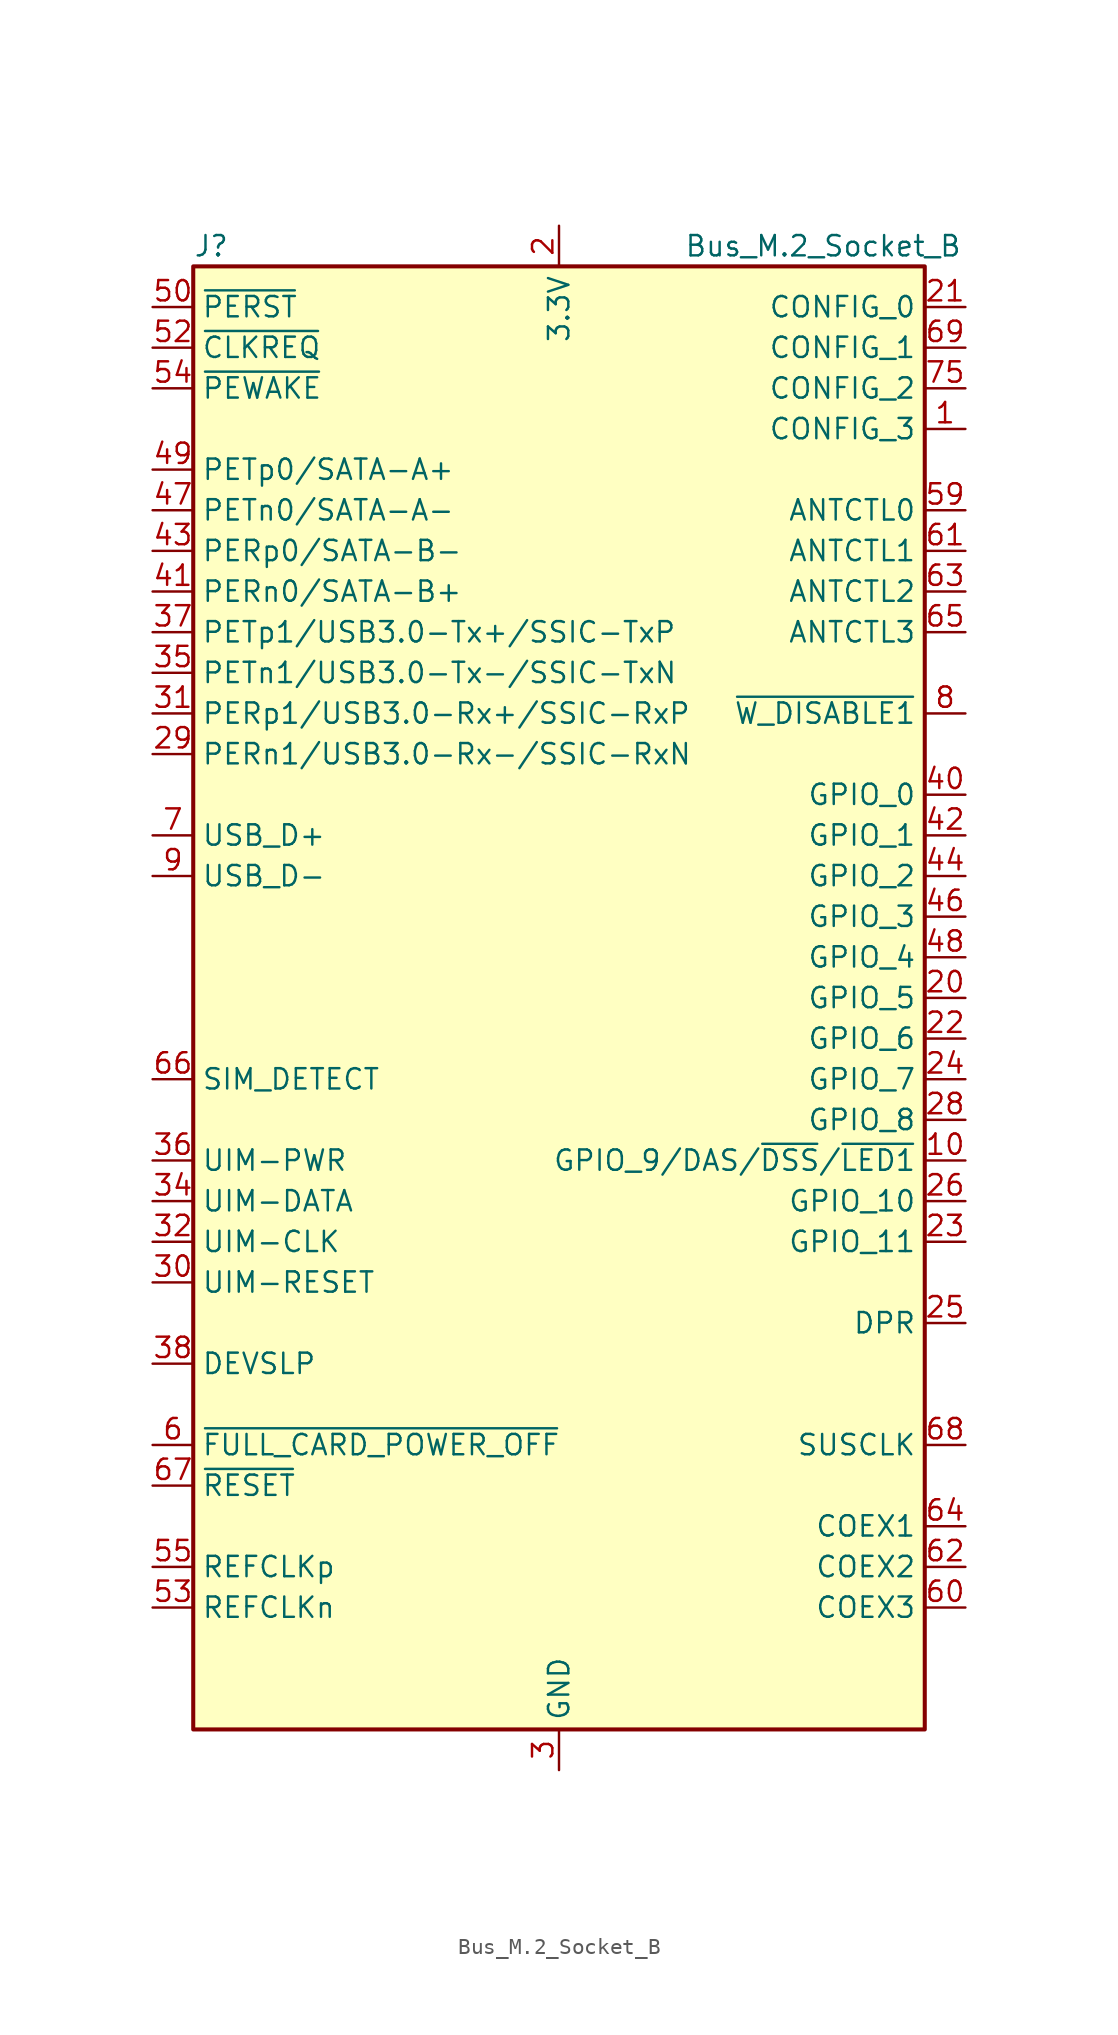
<source format=kicad_sym>
(kicad_symbol_lib
  (version 20220914)
  (generator kicad_symbol_editor)
  (symbol "Bus_M.2_Socket_B"
    (property "Reference" "J"
      (at -22.86 46.99 0)
      (effects (font (size 1.27 1.27)) (justify left)))
    (property "Value" "Bus_M.2_Socket_B"
      (at 16.51 46.99 0)
      (effects (font (size 1.27 1.27))))
    (symbol "Bus_M.2_Socket_B_0_1"
      (rectangle (start -22.86 45.72) (end 22.86 -45.72) (stroke (width 0.254) (type default)) (fill (type background))))
    (symbol "Bus_M.2_Socket_B_1_1"
      (pin input line (at 25.4 35.56 180) (length 2.54) (name "CONFIG_3" (effects (font (size 1.27 1.27)))) (number "1" (effects (font (size 1.27 1.27)))))
      (pin bidirectional line (at 25.4 -10.16 180) (length 2.54) (name "GPIO_9/DAS/~{DSS}/~{LED1}" (effects (font (size 1.27 1.27)))) (number "10" (effects (font (size 1.27 1.27)))))
      (pin passive line (at 0 -48.26 90) (length 2.54) hide (name "GND" (effects (font (size 1.27 1.27)))) (number "11" (effects (font (size 1.27 1.27)))))
      (pin power_in line (at 0 48.26 270) (length 2.54) (name "3.3V" (effects (font (size 1.27 1.27)))) (number "2" (effects (font (size 1.27 1.27)))))
      (pin bidirectional line (at 25.4 0 180) (length 2.54) (name "GPIO_5" (effects (font (size 1.27 1.27)))) (number "20" (effects (font (size 1.27 1.27)))))
      (pin input line (at 25.4 43.18 180) (length 2.54) (name "CONFIG_0" (effects (font (size 1.27 1.27)))) (number "21" (effects (font (size 1.27 1.27)))))
      (pin bidirectional line (at 25.4 -2.54 180) (length 2.54) (name "GPIO_6" (effects (font (size 1.27 1.27)))) (number "22" (effects (font (size 1.27 1.27)))))
      (pin bidirectional line (at 25.4 -15.24 180) (length 2.54) (name "GPIO_11" (effects (font (size 1.27 1.27)))) (number "23" (effects (font (size 1.27 1.27)))))
      (pin bidirectional line (at 25.4 -5.08 180) (length 2.54) (name "GPIO_7" (effects (font (size 1.27 1.27)))) (number "24" (effects (font (size 1.27 1.27)))))
      (pin output line (at 25.4 -20.32 180) (length 2.54) (name "DPR" (effects (font (size 1.27 1.27)))) (number "25" (effects (font (size 1.27 1.27)))))
      (pin bidirectional line (at 25.4 -12.7 180) (length 2.54) (name "GPIO_10" (effects (font (size 1.27 1.27)))) (number "26" (effects (font (size 1.27 1.27)))))
      (pin passive line (at 0 -48.26 90) (length 2.54) hide (name "GND" (effects (font (size 1.27 1.27)))) (number "27" (effects (font (size 1.27 1.27)))))
      (pin bidirectional line (at 25.4 -7.62 180) (length 2.54) (name "GPIO_8" (effects (font (size 1.27 1.27)))) (number "28" (effects (font (size 1.27 1.27)))))
      (pin input line (at -25.4 15.24 0) (length 2.54) (name "PERn1/USB3.0-Rx-/SSIC-RxN" (effects (font (size 1.27 1.27)))) (number "29" (effects (font (size 1.27 1.27)))))
      (pin power_in line (at 0 -48.26 90) (length 2.54) (name "GND" (effects (font (size 1.27 1.27)))) (number "3" (effects (font (size 1.27 1.27)))))
      (pin input line (at -25.4 -17.78 0) (length 2.54) (name "UIM-RESET" (effects (font (size 1.27 1.27)))) (number "30" (effects (font (size 1.27 1.27)))))
      (pin input line (at -25.4 17.78 0) (length 2.54) (name "PERp1/USB3.0-Rx+/SSIC-RxP" (effects (font (size 1.27 1.27)))) (number "31" (effects (font (size 1.27 1.27)))))
      (pin input line (at -25.4 -15.24 0) (length 2.54) (name "UIM-CLK" (effects (font (size 1.27 1.27)))) (number "32" (effects (font (size 1.27 1.27)))))
      (pin passive line (at 0 -48.26 90) (length 2.54) hide (name "GND" (effects (font (size 1.27 1.27)))) (number "33" (effects (font (size 1.27 1.27)))))
      (pin bidirectional line (at -25.4 -12.7 0) (length 2.54) (name "UIM-DATA" (effects (font (size 1.27 1.27)))) (number "34" (effects (font (size 1.27 1.27)))))
      (pin output line (at -25.4 20.32 0) (length 2.54) (name "PETn1/USB3.0-Tx-/SSIC-TxN" (effects (font (size 1.27 1.27)))) (number "35" (effects (font (size 1.27 1.27)))))
      (pin input line (at -25.4 -10.16 0) (length 2.54) (name "UIM-PWR" (effects (font (size 1.27 1.27)))) (number "36" (effects (font (size 1.27 1.27)))))
      (pin output line (at -25.4 22.86 0) (length 2.54) (name "PETp1/USB3.0-Tx+/SSIC-TxP" (effects (font (size 1.27 1.27)))) (number "37" (effects (font (size 1.27 1.27)))))
      (pin output line (at -25.4 -22.86 0) (length 2.54) (name "DEVSLP" (effects (font (size 1.27 1.27)))) (number "38" (effects (font (size 1.27 1.27)))))
      (pin passive line (at 0 -48.26 90) (length 2.54) hide (name "GND" (effects (font (size 1.27 1.27)))) (number "39" (effects (font (size 1.27 1.27)))))
      (pin passive line (at 0 48.26 270) (length 2.54) hide (name "3.3V" (effects (font (size 1.27 1.27)))) (number "4" (effects (font (size 1.27 1.27)))))
      (pin bidirectional line (at 25.4 12.7 180) (length 2.54) (name "GPIO_0" (effects (font (size 1.27 1.27)))) (number "40" (effects (font (size 1.27 1.27)))))
      (pin input line (at -25.4 25.4 0) (length 2.54) (name "PERn0/SATA-B+" (effects (font (size 1.27 1.27)))) (number "41" (effects (font (size 1.27 1.27)))))
      (pin bidirectional line (at 25.4 10.16 180) (length 2.54) (name "GPIO_1" (effects (font (size 1.27 1.27)))) (number "42" (effects (font (size 1.27 1.27)))))
      (pin input line (at -25.4 27.94 0) (length 2.54) (name "PERp0/SATA-B-" (effects (font (size 1.27 1.27)))) (number "43" (effects (font (size 1.27 1.27)))))
      (pin bidirectional line (at 25.4 7.62 180) (length 2.54) (name "GPIO_2" (effects (font (size 1.27 1.27)))) (number "44" (effects (font (size 1.27 1.27)))))
      (pin passive line (at 0 -48.26 90) (length 2.54) hide (name "GND" (effects (font (size 1.27 1.27)))) (number "45" (effects (font (size 1.27 1.27)))))
      (pin bidirectional line (at 25.4 5.08 180) (length 2.54) (name "GPIO_3" (effects (font (size 1.27 1.27)))) (number "46" (effects (font (size 1.27 1.27)))))
      (pin output line (at -25.4 30.48 0) (length 2.54) (name "PETn0/SATA-A-" (effects (font (size 1.27 1.27)))) (number "47" (effects (font (size 1.27 1.27)))))
      (pin bidirectional line (at 25.4 2.54 180) (length 2.54) (name "GPIO_4" (effects (font (size 1.27 1.27)))) (number "48" (effects (font (size 1.27 1.27)))))
      (pin output line (at -25.4 33.02 0) (length 2.54) (name "PETp0/SATA-A+" (effects (font (size 1.27 1.27)))) (number "49" (effects (font (size 1.27 1.27)))))
      (pin passive line (at 0 -48.26 90) (length 2.54) hide (name "GND" (effects (font (size 1.27 1.27)))) (number "5" (effects (font (size 1.27 1.27)))))
      (pin output line (at -25.4 43.18 0) (length 2.54) (name "~{PERST}" (effects (font (size 1.27 1.27)))) (number "50" (effects (font (size 1.27 1.27)))))
      (pin passive line (at 0 -48.26 90) (length 2.54) hide (name "GND" (effects (font (size 1.27 1.27)))) (number "51" (effects (font (size 1.27 1.27)))))
      (pin bidirectional line (at -25.4 40.64 0) (length 2.54) (name "~{CLKREQ}" (effects (font (size 1.27 1.27)))) (number "52" (effects (font (size 1.27 1.27)))))
      (pin output line (at -25.4 -38.1 0) (length 2.54) (name "REFCLKn" (effects (font (size 1.27 1.27)))) (number "53" (effects (font (size 1.27 1.27)))))
      (pin bidirectional line (at -25.4 38.1 0) (length 2.54) (name "~{PEWAKE}" (effects (font (size 1.27 1.27)))) (number "54" (effects (font (size 1.27 1.27)))))
      (pin output line (at -25.4 -35.56 0) (length 2.54) (name "REFCLKp" (effects (font (size 1.27 1.27)))) (number "55" (effects (font (size 1.27 1.27)))))
      (pin no_connect line (at 22.86 -43.18 180) (length 2.54) hide (name "NC" (effects (font (size 1.27 1.27)))) (number "56" (effects (font (size 1.27 1.27)))))
      (pin passive line (at 0 -48.26 90) (length 2.54) hide (name "GND" (effects (font (size 1.27 1.27)))) (number "57" (effects (font (size 1.27 1.27)))))
      (pin no_connect line (at 22.86 -40.64 180) (length 2.54) hide (name "NC" (effects (font (size 1.27 1.27)))) (number "58" (effects (font (size 1.27 1.27)))))
      (pin input line (at 25.4 30.48 180) (length 2.54) (name "ANTCTL0" (effects (font (size 1.27 1.27)))) (number "59" (effects (font (size 1.27 1.27)))))
      (pin output line (at -25.4 -27.94 0) (length 2.54) (name "~{FULL_CARD_POWER_OFF}" (effects (font (size 1.27 1.27)))) (number "6" (effects (font (size 1.27 1.27)))))
      (pin bidirectional line (at 25.4 -38.1 180) (length 2.54) (name "COEX3" (effects (font (size 1.27 1.27)))) (number "60" (effects (font (size 1.27 1.27)))))
      (pin input line (at 25.4 27.94 180) (length 2.54) (name "ANTCTL1" (effects (font (size 1.27 1.27)))) (number "61" (effects (font (size 1.27 1.27)))))
      (pin bidirectional line (at 25.4 -35.56 180) (length 2.54) (name "COEX2" (effects (font (size 1.27 1.27)))) (number "62" (effects (font (size 1.27 1.27)))))
      (pin input line (at 25.4 25.4 180) (length 2.54) (name "ANTCTL2" (effects (font (size 1.27 1.27)))) (number "63" (effects (font (size 1.27 1.27)))))
      (pin bidirectional line (at 25.4 -33.02 180) (length 2.54) (name "COEX1" (effects (font (size 1.27 1.27)))) (number "64" (effects (font (size 1.27 1.27)))))
      (pin input line (at 25.4 22.86 180) (length 2.54) (name "ANTCTL3" (effects (font (size 1.27 1.27)))) (number "65" (effects (font (size 1.27 1.27)))))
      (pin output line (at -25.4 -5.08 0) (length 2.54) (name "SIM_DETECT" (effects (font (size 1.27 1.27)))) (number "66" (effects (font (size 1.27 1.27)))))
      (pin output line (at -25.4 -30.48 0) (length 2.54) (name "~{RESET}" (effects (font (size 1.27 1.27)))) (number "67" (effects (font (size 1.27 1.27)))))
      (pin output line (at 25.4 -27.94 180) (length 2.54) (name "SUSCLK" (effects (font (size 1.27 1.27)))) (number "68" (effects (font (size 1.27 1.27)))))
      (pin input line (at 25.4 40.64 180) (length 2.54) (name "CONFIG_1" (effects (font (size 1.27 1.27)))) (number "69" (effects (font (size 1.27 1.27)))))
      (pin bidirectional line (at -25.4 10.16 0) (length 2.54) (name "USB_D+" (effects (font (size 1.27 1.27)))) (number "7" (effects (font (size 1.27 1.27)))))
      (pin passive line (at 0 48.26 270) (length 2.54) hide (name "3.3V" (effects (font (size 1.27 1.27)))) (number "70" (effects (font (size 1.27 1.27)))))
      (pin passive line (at 0 -48.26 90) (length 2.54) hide (name "GND" (effects (font (size 1.27 1.27)))) (number "71" (effects (font (size 1.27 1.27)))))
      (pin passive line (at 0 48.26 270) (length 2.54) hide (name "3.3V" (effects (font (size 1.27 1.27)))) (number "72" (effects (font (size 1.27 1.27)))))
      (pin passive line (at 0 -48.26 90) (length 2.54) hide (name "GND" (effects (font (size 1.27 1.27)))) (number "73" (effects (font (size 1.27 1.27)))))
      (pin passive line (at 0 48.26 270) (length 2.54) hide (name "3.3V" (effects (font (size 1.27 1.27)))) (number "74" (effects (font (size 1.27 1.27)))))
      (pin input line (at 25.4 38.1 180) (length 2.54) (name "CONFIG_2" (effects (font (size 1.27 1.27)))) (number "75" (effects (font (size 1.27 1.27)))))
      (pin output line (at 25.4 17.78 180) (length 2.54) (name "~{W_DISABLE1}" (effects (font (size 1.27 1.27)))) (number "8" (effects (font (size 1.27 1.27)))))
      (pin bidirectional line (at -25.4 7.62 0) (length 2.54) (name "USB_D-" (effects (font (size 1.27 1.27)))) (number "9" (effects (font (size 1.27 1.27))))))))
</source>
